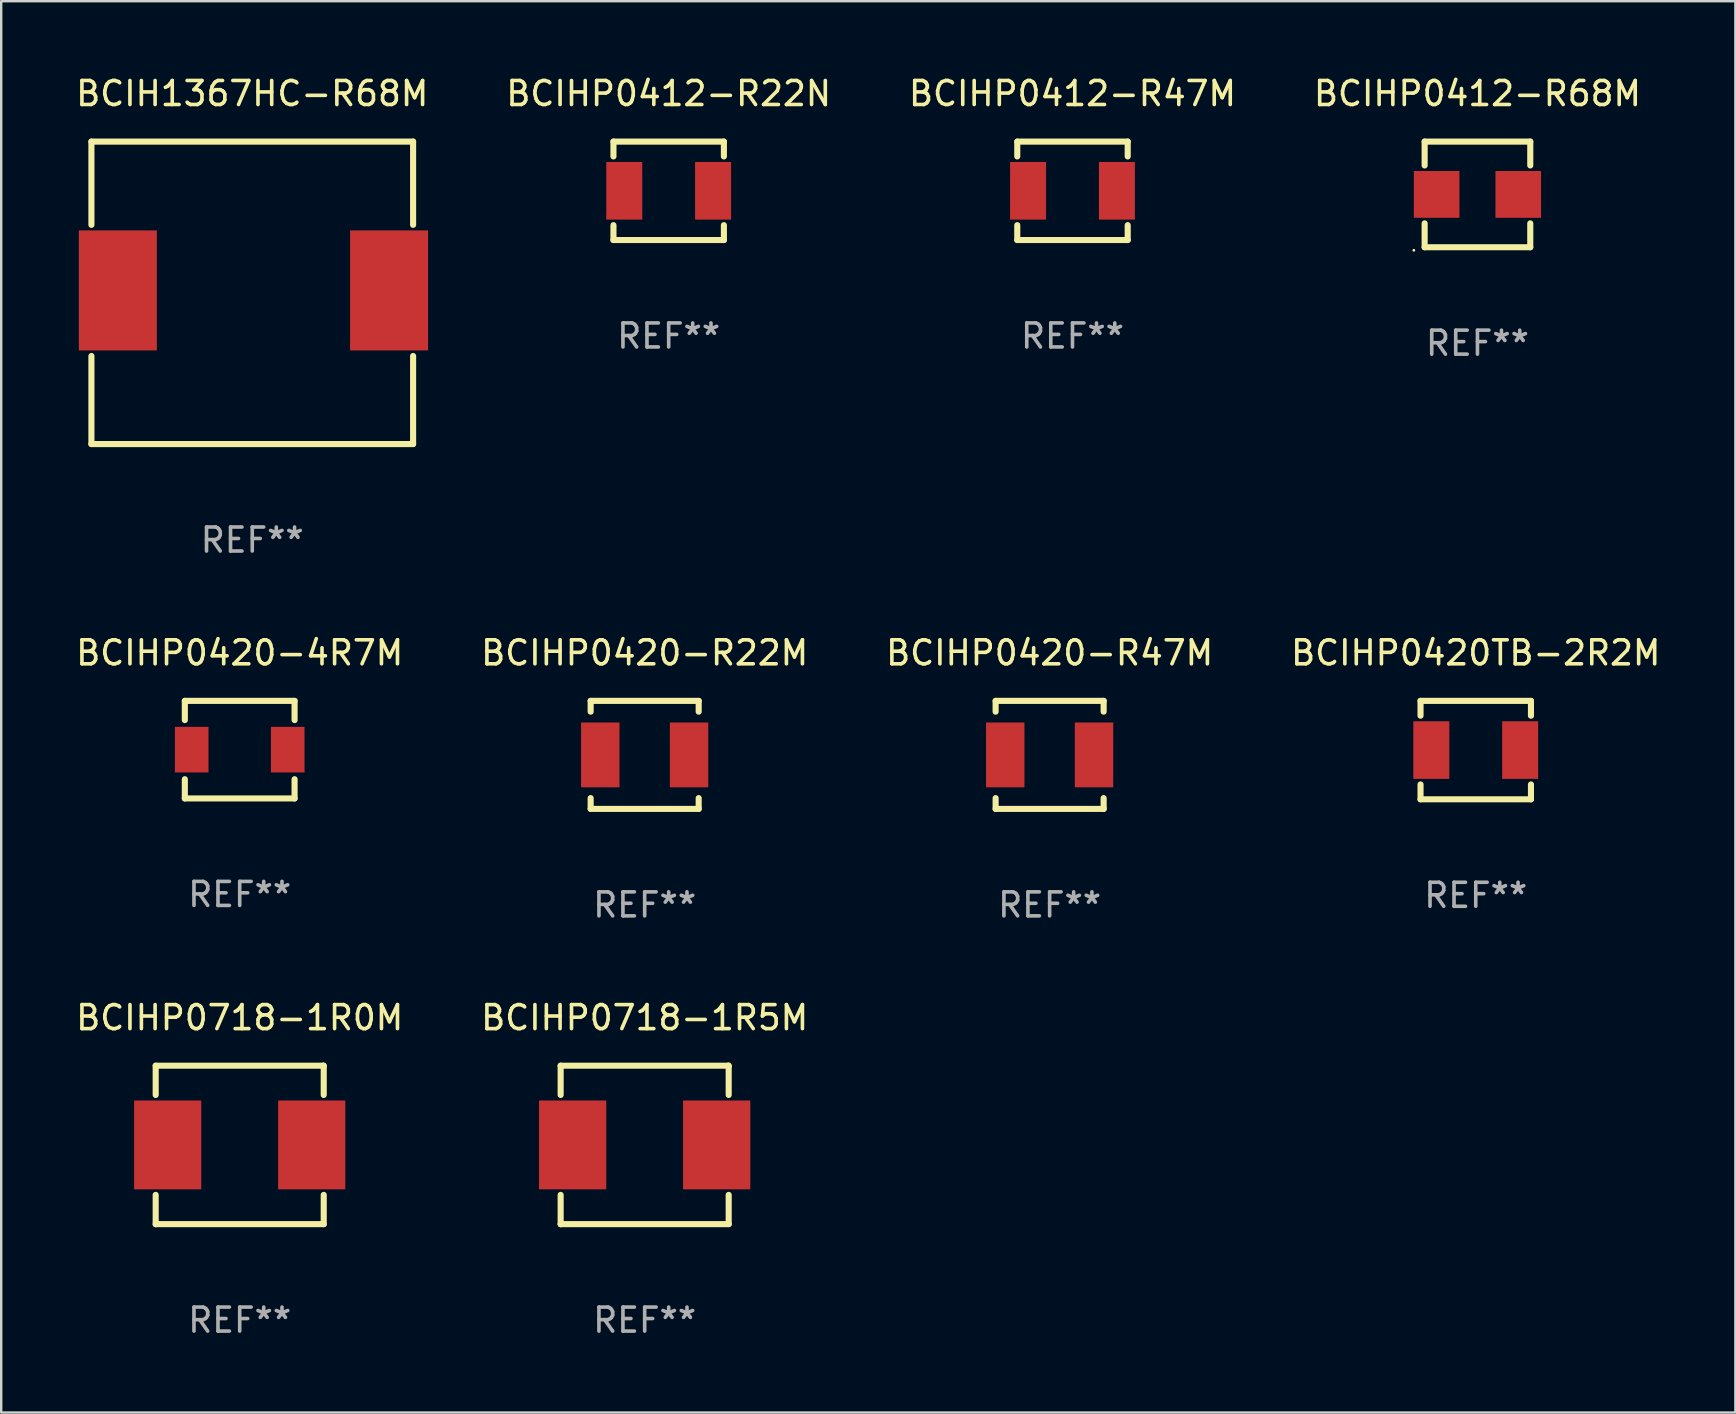
<source format=kicad_pcb>
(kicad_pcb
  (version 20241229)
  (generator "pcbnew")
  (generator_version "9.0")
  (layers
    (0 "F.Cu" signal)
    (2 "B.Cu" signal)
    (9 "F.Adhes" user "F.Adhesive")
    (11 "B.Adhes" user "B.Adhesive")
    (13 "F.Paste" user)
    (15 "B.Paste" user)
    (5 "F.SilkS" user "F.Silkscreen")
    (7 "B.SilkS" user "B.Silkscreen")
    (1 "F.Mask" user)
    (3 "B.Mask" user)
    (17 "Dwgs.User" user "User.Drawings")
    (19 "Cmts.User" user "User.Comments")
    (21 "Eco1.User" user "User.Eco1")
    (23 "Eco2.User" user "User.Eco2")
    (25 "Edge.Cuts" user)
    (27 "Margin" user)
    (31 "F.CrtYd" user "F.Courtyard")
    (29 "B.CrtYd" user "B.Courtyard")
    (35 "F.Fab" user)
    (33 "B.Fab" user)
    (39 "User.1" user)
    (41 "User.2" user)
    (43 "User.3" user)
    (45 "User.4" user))
  (footprint "BCIHP0412-R68M"
    (layer "F.Cu")
    (at 58.494 5.048)
    (property "Reference" "BCIHP0412-R68M" (at 0 -4.2 0) (layer "F.SilkS") (effects (font (size 1 1) (thickness 0.15))))
    (attr through_hole)
    (fp_line (start -2.2 -2.2) (end 2.2 -2.2) (stroke (width 0.254) (type solid)) (layer "F.SilkS"))
    (fp_line (start -2.2 -1.206) (end -2.2 -2.2) (stroke (width 0.254) (type solid)) (layer "F.SilkS"))
    (fp_line (start -2.2 2.2) (end -2.2 1.206) (stroke (width 0.254) (type solid)) (layer "F.SilkS"))
    (fp_line (start 2.2 -2.2) (end 2.2 -1.206) (stroke (width 0.254) (type solid)) (layer "F.SilkS"))
    (fp_line (start 2.2 1.206) (end 2.2 2.2) (stroke (width 0.254) (type solid)) (layer "F.SilkS"))
    (fp_line (start 2.2 2.2) (end -2.2 2.2) (stroke (width 0.254) (type solid)) (layer "F.SilkS"))
    (fp_circle (center -2.65 2.327) (end -2.62 2.327) (stroke (width 0.06) (type solid)) (fill no) (layer "F.SilkS"))
    (fp_text user "REF**" (at 0 6.2 0) (layer "F.Fab") (effects (font (size 1 1) (thickness 0.15))))
    (pad "1" smd rect (at -1.7 0) (size 1.9 1.95) (layers "F.Cu" "F.Mask" "F.Paste"))
    (pad "2" smd rect (at 1.7 0) (size 1.9 1.95) (layers "F.Cu" "F.Mask" "F.Paste")))
  (footprint "BCIHP0412-R47M"
    (layer "F.Cu")
    (at 41.625 4.898)
    (property "Reference" "BCIHP0412-R47M" (at 0 -4.05 0) (layer "F.SilkS") (effects (font (size 1 1) (thickness 0.15))))
    (attr through_hole)
    (fp_line (start -2.3 -2.05) (end 2.3 -2.05) (stroke (width 0.254) (type solid)) (layer "F.SilkS"))
    (fp_line (start -2.3 -1.431) (end -2.3 -2.05) (stroke (width 0.254) (type solid)) (layer "F.SilkS"))
    (fp_line (start -2.3 2.05) (end -2.3 1.431) (stroke (width 0.254) (type solid)) (layer "F.SilkS"))
    (fp_line (start 2.3 -1.431) (end 2.3 -2.05) (stroke (width 0.254) (type solid)) (layer "F.SilkS"))
    (fp_line (start 2.3 2.05) (end -2.3 2.05) (stroke (width 0.254) (type solid)) (layer "F.SilkS"))
    (fp_line (start 2.3 2.05) (end 2.3 1.431) (stroke (width 0.254) (type solid)) (layer "F.SilkS"))
    (fp_circle (center -2.25 2.05) (end -2.22 2.05) (stroke (width 0.06) (type solid)) (fill no) (layer "F.SilkS"))
    (fp_text user "REF**" (at 0 6.05 0) (layer "F.Fab") (effects (font (size 1 1) (thickness 0.15))))
    (pad "1" smd rect (at -1.85 0 90) (size 2.4 1.5) (layers "F.Cu" "F.Mask" "F.Paste"))
    (pad "2" smd rect (at 1.85 0 90) (size 2.4 1.5) (layers "F.Cu" "F.Mask" "F.Paste")))
  (footprint "BCIHP0718-1R5M"
    (layer "F.Cu")
    (at 23.804 44.642)
    (property "Reference" "BCIHP0718-1R5M" (at 0 -5.3 0) (layer "F.SilkS") (effects (font (size 1 1) (thickness 0.15))))
    (attr through_hole)
    (fp_line (start -3.5 -3.3) (end 3.48 -3.3) (stroke (width 0.254) (type solid)) (layer "F.SilkS"))
    (fp_line (start -3.5 -2.081) (end -3.5 -3.3) (stroke (width 0.254) (type solid)) (layer "F.SilkS"))
    (fp_line (start -3.5 3.3) (end -3.5 2.081) (stroke (width 0.254) (type solid)) (layer "F.SilkS"))
    (fp_line (start -3.49 3.3) (end -3.5 3.3) (stroke (width 0.254) (type solid)) (layer "F.SilkS"))
    (fp_line (start 3.48 -3.3) (end 3.5 -3.28) (stroke (width 0.254) (type solid)) (layer "F.SilkS"))
    (fp_line (start 3.5 -3.3) (end 3.5 -2.081) (stroke (width 0.254) (type solid)) (layer "F.SilkS"))
    (fp_line (start 3.5 2.081) (end 3.5 3.3) (stroke (width 0.254) (type solid)) (layer "F.SilkS"))
    (fp_line (start 3.5 3.3) (end -3.49 3.3) (stroke (width 0.254) (type solid)) (layer "F.SilkS"))
    (fp_circle (center -3.5 3.3) (end -3.47 3.3) (stroke (width 0.06) (type solid)) (fill no) (layer "F.SilkS"))
    (fp_text user "REF**" (at 0 7.3 0) (layer "F.Fab") (effects (font (size 1 1) (thickness 0.15))))
    (pad "1" smd rect (at -3 0) (size 2.8 3.7) (layers "F.Cu" "F.Mask" "F.Paste"))
    (pad "2" smd rect (at 3 0) (size 2.8 3.7) (layers "F.Cu" "F.Mask" "F.Paste")))
  (footprint "BCIHP0420-R22M"
    (layer "F.Cu")
    (at 23.804 28.395)
    (property "Reference" "BCIHP0420-R22M" (at 0 -4.25 0) (layer "F.SilkS") (effects (font (size 1 1) (thickness 0.15))))
    (attr through_hole)
    (fp_line (start -2.25 -2.25) (end 2.25 -2.25) (stroke (width 0.254) (type solid)) (layer "F.SilkS"))
    (fp_line (start -2.25 2.25) (end -2.25 1.8) (stroke (width 0.254) (type solid)) (layer "F.SilkS"))
    (fp_line (start -2.25 -1.8) (end -2.25 -2.25) (stroke (width 0.254) (type solid)) (layer "F.SilkS"))
    (fp_line (start 2.25 1.8) (end 2.25 2.25) (stroke (width 0.254) (type solid)) (layer "F.SilkS"))
    (fp_line (start 2.25 -2.25) (end 2.25 -1.8) (stroke (width 0.254) (type solid)) (layer "F.SilkS"))
    (fp_line (start 2.25 2.25) (end -2.25 2.25) (stroke (width 0.254) (type solid)) (layer "F.SilkS"))
    (fp_circle (center -2.25 2.051) (end -2.22 2.051) (stroke (width 0.06) (type solid)) (fill no) (layer "F.SilkS"))
    (fp_text user "REF**" (at 0 6.25 0) (layer "F.Fab") (effects (font (size 1 1) (thickness 0.15))))
    (pad "1" smd rect (at -1.849 0.001) (size 1.6 2.7) (layers "F.Cu" "F.Mask" "F.Paste"))
    (pad "2" smd rect (at 1.849 0.001) (size 1.6 2.7) (layers "F.Cu" "F.Mask" "F.Paste")))
  (footprint "BCIHP0420-4R7M"
    (layer "F.Cu")
    (at 6.935 28.177)
    (property "Reference" "BCIHP0420-4R7M" (at 0 -4.032 0) (layer "F.SilkS") (effects (font (size 1 1) (thickness 0.15))))
    (attr through_hole)
    (fp_line (start -2.286 -2.032) (end 2.286 -2.032) (stroke (width 0.254) (type solid)) (layer "F.SilkS"))
    (fp_line (start -2.286 -1.231) (end -2.286 -2.032) (stroke (width 0.254) (type solid)) (layer "F.SilkS"))
    (fp_line (start -2.286 2.032) (end -2.286 1.231) (stroke (width 0.254) (type solid)) (layer "F.SilkS"))
    (fp_line (start 2.286 -2.032) (end 2.286 -1.231) (stroke (width 0.254) (type solid)) (layer "F.SilkS"))
    (fp_line (start 2.286 1.231) (end 2.286 2.032) (stroke (width 0.254) (type solid)) (layer "F.SilkS"))
    (fp_line (start 2.286 2.032) (end -2.286 2.032) (stroke (width 0.254) (type solid)) (layer "F.SilkS"))
    (fp_circle (center -2.225 2.05) (end -2.195 2.05) (stroke (width 0.06) (type solid)) (fill no) (layer "F.SilkS"))
    (fp_text user "REF**" (at 0 6.032 0) (layer "F.Fab") (effects (font (size 1 1) (thickness 0.15))))
    (pad "1" smd rect (at -2 0 90) (size 1.9 1.4) (layers "F.Cu" "F.Mask" "F.Paste"))
    (pad "2" smd rect (at 2 0 90) (size 1.9 1.4) (layers "F.Cu" "F.Mask" "F.Paste")))
  (footprint "BCIHP0420-R47M"
    (layer "F.Cu")
    (at 40.673 28.395)
    (property "Reference" "BCIHP0420-R47M" (at 0 -4.25 0) (layer "F.SilkS") (effects (font (size 1 1) (thickness 0.15))))
    (attr through_hole)
    (fp_line (start -2.25 -2.25) (end 2.25 -2.25) (stroke (width 0.254) (type solid)) (layer "F.SilkS"))
    (fp_line (start -2.25 2.25) (end -2.25 1.8) (stroke (width 0.254) (type solid)) (layer "F.SilkS"))
    (fp_line (start -2.25 -1.8) (end -2.25 -2.25) (stroke (width 0.254) (type solid)) (layer "F.SilkS"))
    (fp_line (start 2.25 1.8) (end 2.25 2.25) (stroke (width 0.254) (type solid)) (layer "F.SilkS"))
    (fp_line (start 2.25 -2.25) (end 2.25 -1.8) (stroke (width 0.254) (type solid)) (layer "F.SilkS"))
    (fp_line (start 2.25 2.25) (end -2.25 2.25) (stroke (width 0.254) (type solid)) (layer "F.SilkS"))
    (fp_circle (center -2.25 2.051) (end -2.22 2.051) (stroke (width 0.06) (type solid)) (fill no) (layer "F.SilkS"))
    (fp_text user "REF**" (at 0 6.25 0) (layer "F.Fab") (effects (font (size 1 1) (thickness 0.15))))
    (pad "1" smd rect (at -1.849 0.001) (size 1.6 2.7) (layers "F.Cu" "F.Mask" "F.Paste"))
    (pad "2" smd rect (at 1.849 0.001) (size 1.6 2.7) (layers "F.Cu" "F.Mask" "F.Paste")))
  (footprint "BCIHP0718-1R0M"
    (layer "F.Cu")
    (at 6.935 44.642)
    (property "Reference" "BCIHP0718-1R0M" (at 0 -5.3 0) (layer "F.SilkS") (effects (font (size 1 1) (thickness 0.15))))
    (attr through_hole)
    (fp_line (start -3.5 -3.3) (end 3.48 -3.3) (stroke (width 0.254) (type solid)) (layer "F.SilkS"))
    (fp_line (start -3.5 -2.081) (end -3.5 -3.3) (stroke (width 0.254) (type solid)) (layer "F.SilkS"))
    (fp_line (start -3.5 3.3) (end -3.5 2.081) (stroke (width 0.254) (type solid)) (layer "F.SilkS"))
    (fp_line (start -3.49 3.3) (end -3.5 3.3) (stroke (width 0.254) (type solid)) (layer "F.SilkS"))
    (fp_line (start 3.48 -3.3) (end 3.5 -3.28) (stroke (width 0.254) (type solid)) (layer "F.SilkS"))
    (fp_line (start 3.5 -3.3) (end 3.5 -2.081) (stroke (width 0.254) (type solid)) (layer "F.SilkS"))
    (fp_line (start 3.5 2.081) (end 3.5 3.3) (stroke (width 0.254) (type solid)) (layer "F.SilkS"))
    (fp_line (start 3.5 3.3) (end -3.49 3.3) (stroke (width 0.254) (type solid)) (layer "F.SilkS"))
    (fp_circle (center -3.5 3.3) (end -3.47 3.3) (stroke (width 0.06) (type solid)) (fill no) (layer "F.SilkS"))
    (fp_text user "REF**" (at 0 7.3 0) (layer "F.Fab") (effects (font (size 1 1) (thickness 0.15))))
    (pad "1" smd rect (at -3 0) (size 2.8 3.7) (layers "F.Cu" "F.Mask" "F.Paste"))
    (pad "2" smd rect (at 3 0) (size 2.8 3.7) (layers "F.Cu" "F.Mask" "F.Paste")))
  (footprint "BCIHP0412-R22N"
    (layer "F.Cu")
    (at 24.804 4.898)
    (property "Reference" "BCIHP0412-R22N" (at 0 -4.05 0) (layer "F.SilkS") (effects (font (size 1 1) (thickness 0.15))))
    (attr through_hole)
    (fp_line (start -2.3 -2.05) (end 2.3 -2.05) (stroke (width 0.254) (type solid)) (layer "F.SilkS"))
    (fp_line (start -2.3 -1.431) (end -2.3 -2.05) (stroke (width 0.254) (type solid)) (layer "F.SilkS"))
    (fp_line (start -2.3 2.05) (end -2.3 1.431) (stroke (width 0.254) (type solid)) (layer "F.SilkS"))
    (fp_line (start 2.3 -1.431) (end 2.3 -2.05) (stroke (width 0.254) (type solid)) (layer "F.SilkS"))
    (fp_line (start 2.3 2.05) (end -2.3 2.05) (stroke (width 0.254) (type solid)) (layer "F.SilkS"))
    (fp_line (start 2.3 2.05) (end 2.3 1.431) (stroke (width 0.254) (type solid)) (layer "F.SilkS"))
    (fp_circle (center -2.25 2.05) (end -2.22 2.05) (stroke (width 0.06) (type solid)) (fill no) (layer "F.SilkS"))
    (fp_text user "REF**" (at 0 6.05 0) (layer "F.Fab") (effects (font (size 1 1) (thickness 0.15))))
    (pad "1" smd rect (at -1.85 0 90) (size 2.4 1.5) (layers "F.Cu" "F.Mask" "F.Paste"))
    (pad "2" smd rect (at 1.85 0 90) (size 2.4 1.5) (layers "F.Cu" "F.Mask" "F.Paste")))
  (footprint "BCIHP0420TB-2R2M"
    (layer "F.Cu")
    (at 58.423 28.195)
    (property "Reference" "BCIHP0420TB-2R2M" (at 0 -4.05 0) (layer "F.SilkS") (effects (font (size 1 1) (thickness 0.15))))
    (attr through_hole)
    (fp_line (start -2.3 -2.05) (end 2.3 -2.05) (stroke (width 0.254) (type solid)) (layer "F.SilkS"))
    (fp_line (start -2.3 -1.431) (end -2.3 -2.05) (stroke (width 0.254) (type solid)) (layer "F.SilkS"))
    (fp_line (start -2.3 2.05) (end -2.3 1.431) (stroke (width 0.254) (type solid)) (layer "F.SilkS"))
    (fp_line (start 2.3 -1.431) (end 2.3 -2.05) (stroke (width 0.254) (type solid)) (layer "F.SilkS"))
    (fp_line (start 2.3 2.05) (end -2.3 2.05) (stroke (width 0.254) (type solid)) (layer "F.SilkS"))
    (fp_line (start 2.3 2.05) (end 2.3 1.431) (stroke (width 0.254) (type solid)) (layer "F.SilkS"))
    (fp_circle (center -2.25 2.05) (end -2.22 2.05) (stroke (width 0.06) (type solid)) (fill no) (layer "F.SilkS"))
    (fp_text user "REF**" (at 0 6.05 0) (layer "F.Fab") (effects (font (size 1 1) (thickness 0.15))))
    (pad "1" smd rect (at -1.85 0 90) (size 2.4 1.5) (layers "F.Cu" "F.Mask" "F.Paste"))
    (pad "2" smd rect (at 1.85 0 90) (size 2.4 1.5) (layers "F.Cu" "F.Mask" "F.Paste")))
  (footprint "BCIH1367HC-R68M"
    (layer "F.Cu")
    (at 7.458 9.148)
    (property "Reference" "BCIH1367HC-R68M" (at 0 -8.3 0) (layer "F.SilkS") (effects (font (size 1 1) (thickness 0.15))))
    (attr through_hole)
    (fp_line (start -6.7 -6.3) (end 6.7 -6.3) (stroke (width 0.254) (type solid)) (layer "F.SilkS"))
    (fp_line (start -6.7 -2.831) (end -6.7 -6.3) (stroke (width 0.254) (type solid)) (layer "F.SilkS"))
    (fp_line (start -6.7 6.3) (end -6.7 2.631) (stroke (width 0.254) (type solid)) (layer "F.SilkS"))
    (fp_line (start -6.7 6.3) (end 6.7 6.3) (stroke (width 0.254) (type solid)) (layer "F.SilkS"))
    (fp_line (start 6.7 -6.3) (end 6.7 -2.831) (stroke (width 0.254) (type solid)) (layer "F.SilkS"))
    (fp_line (start 6.7 2.631) (end 6.7 6.3) (stroke (width 0.254) (type solid)) (layer "F.SilkS"))
    (fp_circle (center -6.65 6.2) (end -6.62 6.2) (stroke (width 0.06) (type solid)) (fill no) (layer "F.SilkS"))
    (fp_text user "REF**" (at 0 10.3 0) (layer "F.Fab") (effects (font (size 1 1) (thickness 0.15))))
    (pad "1" smd rect (at -5.6 -0.1 90) (size 5 3.25) (layers "F.Cu" "F.Mask" "F.Paste"))
    (pad "2" smd rect (at 5.7 -0.1 90) (size 5 3.25) (layers "F.Cu" "F.Mask" "F.Paste")))
  (gr_rect
    (start -3 -3)
    (end 69.238 55.79)
    (stroke (width 0.1) (type default))
    (fill no)
    (layer "Edge.Cuts")))
</source>
